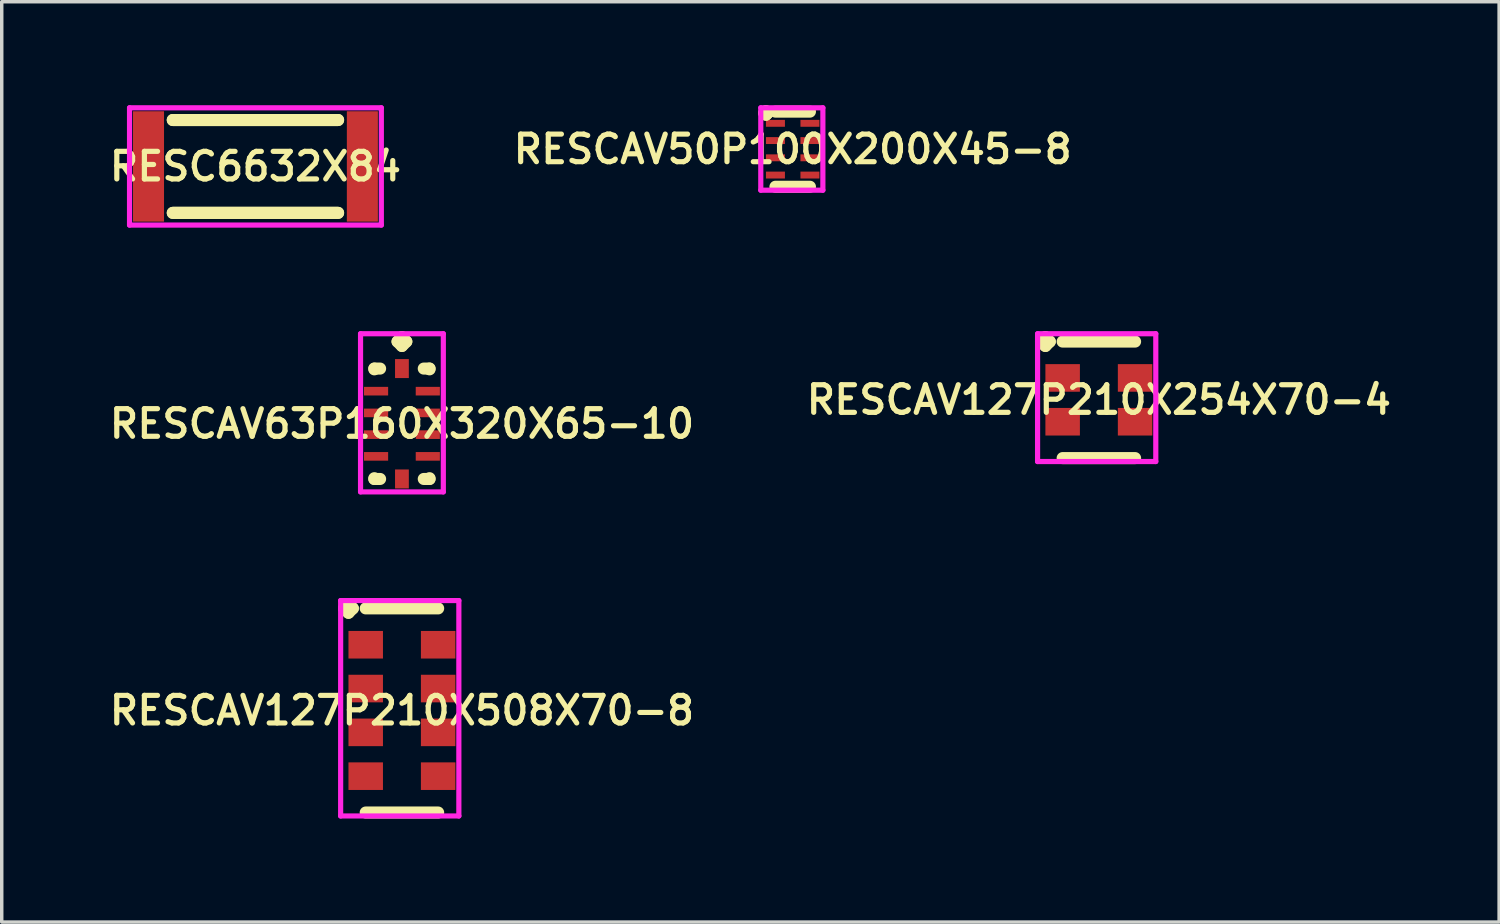
<source format=kicad_pcb>
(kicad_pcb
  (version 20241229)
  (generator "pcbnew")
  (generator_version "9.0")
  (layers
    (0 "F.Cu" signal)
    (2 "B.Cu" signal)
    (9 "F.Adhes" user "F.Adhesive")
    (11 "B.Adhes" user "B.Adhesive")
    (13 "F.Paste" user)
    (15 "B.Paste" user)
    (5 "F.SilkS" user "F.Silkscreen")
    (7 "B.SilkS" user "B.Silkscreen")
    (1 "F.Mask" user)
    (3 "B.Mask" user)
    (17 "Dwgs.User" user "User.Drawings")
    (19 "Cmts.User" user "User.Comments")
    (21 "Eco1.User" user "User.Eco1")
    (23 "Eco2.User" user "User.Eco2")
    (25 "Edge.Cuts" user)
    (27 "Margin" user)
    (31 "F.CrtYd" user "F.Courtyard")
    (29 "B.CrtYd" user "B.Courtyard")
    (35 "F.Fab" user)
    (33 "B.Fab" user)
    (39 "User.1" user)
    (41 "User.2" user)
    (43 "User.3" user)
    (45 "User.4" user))
  (footprint "RESCAV50P100X200X45-8"
    (layer "F.Cu")
    (at 19.93 1.275)
    (property "Reference" "RESCAV50P100X200X45-8" (at 0 0 0) (layer "F.SilkS") (effects (font (size 0.8 0.8) (thickness 0.15))))
    (attr smd)
    (fp_line (start -0.825 -1.05) (end -0.775 -1.1) (stroke (width 0.35) (type solid)) (layer "F.SilkS"))
    (fp_line (start -0.775 -1.1) (end -0.725 -1.05) (stroke (width 0.35) (type solid)) (layer "F.SilkS"))
    (fp_line (start -0.775 -1) (end -0.825 -1.05) (stroke (width 0.35) (type solid)) (layer "F.SilkS"))
    (fp_line (start -0.725 -1.05) (end -0.775 -1) (stroke (width 0.35) (type solid)) (layer "F.SilkS"))
    (fp_line (start -0.5 -1.089) (end 0.5 -1.089) (stroke (width 0.35) (type solid)) (layer "F.SilkS"))
    (fp_line (start -0.5 1.089) (end 0.5 1.089) (stroke (width 0.35) (type solid)) (layer "F.SilkS"))
    (fp_line (start -0.925 -1.2) (end 0.875 -1.2) (stroke (width 0.15) (type solid)) (layer "F.CrtYd"))
    (fp_line (start -0.925 1.189) (end -0.925 -1.2) (stroke (width 0.15) (type solid)) (layer "F.CrtYd"))
    (fp_line (start 0.875 -1.2) (end 0.875 1.189) (stroke (width 0.15) (type solid)) (layer "F.CrtYd"))
    (fp_line (start 0.875 1.189) (end -0.925 1.189) (stroke (width 0.15) (type solid)) (layer "F.CrtYd"))
    (pad "1" smd rect (at -0.5 -0.75) (size 0.55 0.2) (layers "F.Cu" "F.Mask" "F.Paste"))
    (pad "2" smd rect (at -0.5 -0.25) (size 0.55 0.2) (layers "F.Cu" "F.Mask" "F.Paste"))
    (pad "3" smd rect (at -0.5 0.25) (size 0.55 0.2) (layers "F.Cu" "F.Mask" "F.Paste"))
    (pad "4" smd rect (at -0.5 0.75) (size 0.55 0.2) (layers "F.Cu" "F.Mask" "F.Paste"))
    (pad "5" smd rect (at 0.5 0.75) (size 0.55 0.2) (layers "F.Cu" "F.Mask" "F.Paste"))
    (pad "6" smd rect (at 0.5 0.25) (size 0.55 0.2) (layers "F.Cu" "F.Mask" "F.Paste"))
    (pad "7" smd rect (at 0.5 -0.25) (size 0.55 0.2) (layers "F.Cu" "F.Mask" "F.Paste"))
    (pad "8" smd rect (at 0.5 -0.75) (size 0.55 0.2) (layers "F.Cu" "F.Mask" "F.Paste")))
  (footprint "RESCAV127P210X254X70-4"
    (layer "F.Cu")
    (at 28.806 8.541)
    (property "Reference" "RESCAV127P210X254X70-4" (at 0 0 0) (layer "F.SilkS") (effects (font (size 0.8 0.8) (thickness 0.15))))
    (attr smd)
    (fp_line (start -1.677 -1.689) (end -1.55 -1.816) (stroke (width 0.35) (type solid)) (layer "F.SilkS"))
    (fp_line (start -1.55 -1.816) (end -1.423 -1.689) (stroke (width 0.35) (type solid)) (layer "F.SilkS"))
    (fp_line (start -1.55 -1.562) (end -1.677 -1.689) (stroke (width 0.35) (type solid)) (layer "F.SilkS"))
    (fp_line (start -1.423 -1.689) (end -1.55 -1.562) (stroke (width 0.35) (type solid)) (layer "F.SilkS"))
    (fp_line (start -1.05 -1.689) (end 1.05 -1.689) (stroke (width 0.35) (type solid)) (layer "F.SilkS"))
    (fp_line (start -1.05 1.689) (end 1.05 1.689) (stroke (width 0.35) (type solid)) (layer "F.SilkS"))
    (fp_line (start -1.777 -1.916) (end 1.65 -1.916) (stroke (width 0.15) (type solid)) (layer "F.CrtYd"))
    (fp_line (start -1.777 1.789) (end -1.777 -1.916) (stroke (width 0.15) (type solid)) (layer "F.CrtYd"))
    (fp_line (start 1.65 -1.916) (end 1.65 1.789) (stroke (width 0.15) (type solid)) (layer "F.CrtYd"))
    (fp_line (start 1.65 1.789) (end -1.777 1.789) (stroke (width 0.15) (type solid)) (layer "F.CrtYd"))
    (pad "1" smd rect (at -1.05 -0.635) (size 1 0.8) (layers "F.Cu" "F.Mask" "F.Paste"))
    (pad "2" smd rect (at -1.05 0.635) (size 1 0.8) (layers "F.Cu" "F.Mask" "F.Paste"))
    (pad "3" smd rect (at 1.05 0.635) (size 1 0.8) (layers "F.Cu" "F.Mask" "F.Paste"))
    (pad "4" smd rect (at 1.05 -0.635) (size 1 0.8) (layers "F.Cu" "F.Mask" "F.Paste")))
  (footprint "RESCAV127P210X508X70-8"
    (layer "F.Cu")
    (at 8.602 17.546)
    (property "Reference" "RESCAV127P210X508X70-8" (at 0 0 0) (layer "F.SilkS") (effects (font (size 0.8 0.8) (thickness 0.15))))
    (attr smd)
    (fp_line (start -1.677 -2.959) (end -1.55 -3.086) (stroke (width 0.35) (type solid)) (layer "F.SilkS"))
    (fp_line (start -1.55 -3.086) (end -1.423 -2.959) (stroke (width 0.35) (type solid)) (layer "F.SilkS"))
    (fp_line (start -1.55 -2.832) (end -1.677 -2.959) (stroke (width 0.35) (type solid)) (layer "F.SilkS"))
    (fp_line (start -1.423 -2.959) (end -1.55 -2.832) (stroke (width 0.35) (type solid)) (layer "F.SilkS"))
    (fp_line (start -1.05 -2.959) (end 1.05 -2.959) (stroke (width 0.35) (type solid)) (layer "F.SilkS"))
    (fp_line (start -1.05 2.959) (end 1.05 2.959) (stroke (width 0.35) (type solid)) (layer "F.SilkS"))
    (fp_line (start -1.777 -3.186) (end 1.65 -3.186) (stroke (width 0.15) (type solid)) (layer "F.CrtYd"))
    (fp_line (start -1.777 3.059) (end -1.777 -3.186) (stroke (width 0.15) (type solid)) (layer "F.CrtYd"))
    (fp_line (start 1.65 -3.186) (end 1.65 3.059) (stroke (width 0.15) (type solid)) (layer "F.CrtYd"))
    (fp_line (start 1.65 3.059) (end -1.777 3.059) (stroke (width 0.15) (type solid)) (layer "F.CrtYd"))
    (pad "1" smd rect (at -1.05 -1.905) (size 1 0.8) (layers "F.Cu" "F.Mask" "F.Paste"))
    (pad "2" smd rect (at -1.05 -0.635) (size 1 0.8) (layers "F.Cu" "F.Mask" "F.Paste"))
    (pad "3" smd rect (at -1.05 0.635) (size 1 0.8) (layers "F.Cu" "F.Mask" "F.Paste"))
    (pad "4" smd rect (at -1.05 1.905) (size 1 0.8) (layers "F.Cu" "F.Mask" "F.Paste"))
    (pad "5" smd rect (at 1.05 1.905) (size 1 0.8) (layers "F.Cu" "F.Mask" "F.Paste"))
    (pad "6" smd rect (at 1.05 0.635) (size 1 0.8) (layers "F.Cu" "F.Mask" "F.Paste"))
    (pad "7" smd rect (at 1.05 -0.635) (size 1 0.8) (layers "F.Cu" "F.Mask" "F.Paste"))
    (pad "8" smd rect (at 1.05 -1.905) (size 1 0.8) (layers "F.Cu" "F.Mask" "F.Paste")))
  (footprint "RESCAV63P160X320X65-10"
    (layer "F.Cu")
    (at 8.602 9.235)
    (property "Reference" "RESCAV63P160X320X65-10" (at 0 0 0) (layer "F.SilkS") (effects (font (size 0.8 0.8) (thickness 0.15))))
    (attr smd)
    (fp_line (start -0.8 -1.6) (end -0.633 -1.6) (stroke (width 0.35) (type solid)) (layer "F.SilkS"))
    (fp_line (start -0.8 -1.578) (end -0.8 -1.6) (stroke (width 0.35) (type solid)) (layer "F.SilkS"))
    (fp_line (start -0.8 1.578) (end -0.8 1.6) (stroke (width 0.35) (type solid)) (layer "F.SilkS"))
    (fp_line (start -0.8 1.6) (end -0.633 1.6) (stroke (width 0.35) (type solid)) (layer "F.SilkS"))
    (fp_line (start -0.127 -2.383) (end 0 -2.51) (stroke (width 0.35) (type solid)) (layer "F.SilkS"))
    (fp_line (start 0 -2.51) (end 0.127 -2.383) (stroke (width 0.35) (type solid)) (layer "F.SilkS"))
    (fp_line (start 0 -2.256) (end -0.127 -2.383) (stroke (width 0.35) (type solid)) (layer "F.SilkS"))
    (fp_line (start 0.127 -2.383) (end 0 -2.256) (stroke (width 0.35) (type solid)) (layer "F.SilkS"))
    (fp_line (start 0.8 -1.6) (end 0.633 -1.6) (stroke (width 0.35) (type solid)) (layer "F.SilkS"))
    (fp_line (start 0.8 -1.578) (end 0.8 -1.6) (stroke (width 0.35) (type solid)) (layer "F.SilkS"))
    (fp_line (start 0.8 1.578) (end 0.8 1.6) (stroke (width 0.35) (type solid)) (layer "F.SilkS"))
    (fp_line (start 0.8 1.6) (end 0.633 1.6) (stroke (width 0.35) (type solid)) (layer "F.SilkS"))
    (fp_line (start -1.2 -2.61) (end 1.2 -2.61) (stroke (width 0.15) (type solid)) (layer "F.CrtYd"))
    (fp_line (start -1.2 1.975) (end -1.2 -2.61) (stroke (width 0.15) (type solid)) (layer "F.CrtYd"))
    (fp_line (start 1.2 -2.61) (end 1.2 1.975) (stroke (width 0.15) (type solid)) (layer "F.CrtYd"))
    (fp_line (start 1.2 1.975) (end -1.2 1.975) (stroke (width 0.15) (type solid)) (layer "F.CrtYd"))
    (pad "1" smd rect (at 0 -1.6) (size 0.4 0.55) (layers "F.Cu" "F.Mask" "F.Paste"))
    (pad "2" smd rect (at -0.75 -0.945) (size 0.7 0.25) (layers "F.Cu" "F.Mask" "F.Paste"))
    (pad "3" smd rect (at -0.75 -0.315) (size 0.7 0.25) (layers "F.Cu" "F.Mask" "F.Paste"))
    (pad "4" smd rect (at -0.75 0.315) (size 0.7 0.25) (layers "F.Cu" "F.Mask" "F.Paste"))
    (pad "5" smd rect (at -0.75 0.945) (size 0.7 0.25) (layers "F.Cu" "F.Mask" "F.Paste"))
    (pad "6" smd rect (at 0 1.6) (size 0.4 0.55) (layers "F.Cu" "F.Mask" "F.Paste"))
    (pad "7" smd rect (at 0.75 0.945) (size 0.7 0.25) (layers "F.Cu" "F.Mask" "F.Paste"))
    (pad "8" smd rect (at 0.75 0.315) (size 0.7 0.25) (layers "F.Cu" "F.Mask" "F.Paste"))
    (pad "9" smd rect (at 0.75 -0.315) (size 0.7 0.25) (layers "F.Cu" "F.Mask" "F.Paste"))
    (pad "10" smd rect (at 0.75 -0.945) (size 0.7 0.25) (layers "F.Cu" "F.Mask" "F.Paste")))
  (footprint "RESC6632X84"
    (layer "F.Cu")
    (at 4.355 1.775)
    (property "Reference" "RESC6632X84" (at 0 0 0) (layer "F.SilkS") (effects (font (size 0.8 0.8) (thickness 0.15))))
    (attr smd)
    (fp_line (start -2.396 -1.346) (end 2.396 -1.346) (stroke (width 0.35) (type solid)) (layer "F.SilkS"))
    (fp_line (start -2.396 1.346) (end 2.396 1.346) (stroke (width 0.35) (type solid)) (layer "F.SilkS"))
    (fp_line (start 2.396 -1.346) (end -2.396 -1.346) (stroke (width 0.35) (type solid)) (layer "F.SilkS"))
    (fp_line (start 2.396 1.346) (end -2.396 1.346) (stroke (width 0.35) (type solid)) (layer "F.SilkS"))
    (fp_line (start -3.65 -1.7) (end 3.65 -1.7) (stroke (width 0.15) (type solid)) (layer "F.CrtYd"))
    (fp_line (start -3.65 1.7) (end -3.65 -1.7) (stroke (width 0.15) (type solid)) (layer "F.CrtYd"))
    (fp_line (start 3.65 -1.7) (end 3.65 1.7) (stroke (width 0.15) (type solid)) (layer "F.CrtYd"))
    (fp_line (start 3.65 1.7) (end -3.65 1.7) (stroke (width 0.15) (type solid)) (layer "F.CrtYd"))
    (pad "1" smd rect (at -3.1 0) (size 0.9 3.2) (layers "F.Cu" "F.Mask" "F.Paste"))
    (pad "2" smd rect (at 3.1 0) (size 0.9 3.2) (layers "F.Cu" "F.Mask" "F.Paste")))
  (gr_rect
    (start -3 -3)
    (end 40.409 23.68)
    (stroke (width 0.1) (type default))
    (fill no)
    (layer "Edge.Cuts")))
</source>
